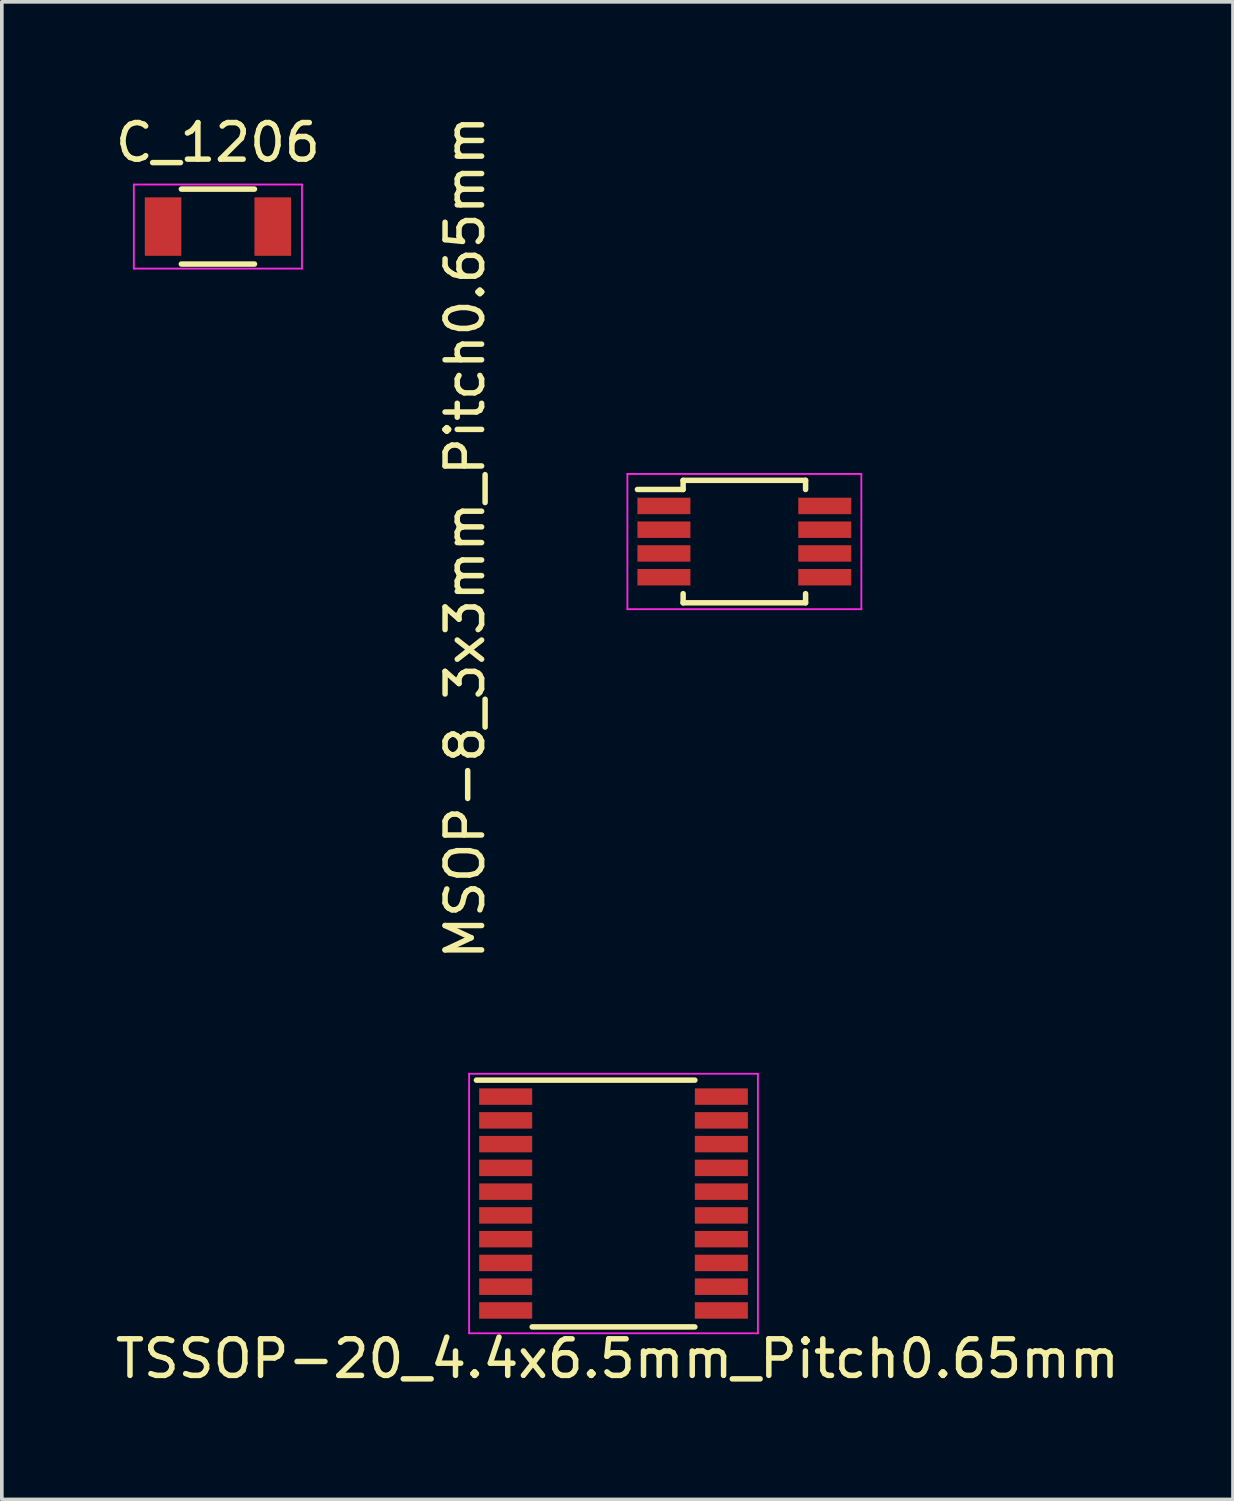
<source format=kicad_pcb>
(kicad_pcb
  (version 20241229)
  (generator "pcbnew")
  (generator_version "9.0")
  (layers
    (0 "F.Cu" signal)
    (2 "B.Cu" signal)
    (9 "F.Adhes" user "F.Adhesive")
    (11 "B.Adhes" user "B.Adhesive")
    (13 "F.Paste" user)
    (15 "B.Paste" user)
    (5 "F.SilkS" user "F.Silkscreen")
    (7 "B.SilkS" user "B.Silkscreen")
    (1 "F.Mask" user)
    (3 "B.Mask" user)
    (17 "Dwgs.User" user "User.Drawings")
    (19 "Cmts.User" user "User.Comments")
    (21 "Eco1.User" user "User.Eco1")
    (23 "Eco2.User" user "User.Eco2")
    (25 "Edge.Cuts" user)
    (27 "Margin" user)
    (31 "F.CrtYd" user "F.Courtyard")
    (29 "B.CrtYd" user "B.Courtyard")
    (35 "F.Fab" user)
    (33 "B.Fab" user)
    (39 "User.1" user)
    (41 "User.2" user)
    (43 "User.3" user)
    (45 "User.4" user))
  (footprint "MSOP-8_3x3mm_Pitch0.65mm"
    (layer "F.Cu")
    (at 17.312 11.765)
    (property "Reference" "MSOP-8_3x3mm_Pitch0.65mm" (at -7.642 -0.116 270) (layer "F.SilkS") (effects (font (size 1 1) (thickness 0.15))))
    (attr smd)
    (fp_line (start -1.675 -1.675) (end -1.675 -1.425) (stroke (width 0.15) (type solid)) (layer "F.SilkS"))
    (fp_line (start -1.675 -1.675) (end 1.675 -1.675) (stroke (width 0.15) (type solid)) (layer "F.SilkS"))
    (fp_line (start -1.675 -1.425) (end -2.925 -1.425) (stroke (width 0.15) (type solid)) (layer "F.SilkS"))
    (fp_line (start -1.675 1.675) (end -1.675 1.425) (stroke (width 0.15) (type solid)) (layer "F.SilkS"))
    (fp_line (start -1.675 1.675) (end 1.675 1.675) (stroke (width 0.15) (type solid)) (layer "F.SilkS"))
    (fp_line (start 1.675 -1.675) (end 1.675 -1.425) (stroke (width 0.15) (type solid)) (layer "F.SilkS"))
    (fp_line (start 1.675 1.675) (end 1.675 1.425) (stroke (width 0.15) (type solid)) (layer "F.SilkS"))
    (fp_line (start -3.2 -1.85) (end -3.2 1.85) (stroke (width 0.05) (type solid)) (layer "F.CrtYd"))
    (fp_line (start -3.2 -1.85) (end 3.2 -1.85) (stroke (width 0.05) (type solid)) (layer "F.CrtYd"))
    (fp_line (start -3.2 1.85) (end 3.2 1.85) (stroke (width 0.05) (type solid)) (layer "F.CrtYd"))
    (fp_line (start 3.2 -1.85) (end 3.2 1.85) (stroke (width 0.05) (type solid)) (layer "F.CrtYd"))
    (pad "1" smd rect (at -2.2 -0.975) (size 1.45 0.45) (layers "F.Cu" "F.Mask" "F.Paste"))
    (pad "2" smd rect (at -2.2 -0.325) (size 1.45 0.45) (layers "F.Cu" "F.Mask" "F.Paste"))
    (pad "3" smd rect (at -2.2 0.325) (size 1.45 0.45) (layers "F.Cu" "F.Mask" "F.Paste"))
    (pad "4" smd rect (at -2.2 0.975) (size 1.45 0.45) (layers "F.Cu" "F.Mask" "F.Paste"))
    (pad "5" smd rect (at 2.2 0.975) (size 1.45 0.45) (layers "F.Cu" "F.Mask" "F.Paste"))
    (pad "6" smd rect (at 2.2 0.325) (size 1.45 0.45) (layers "F.Cu" "F.Mask" "F.Paste"))
    (pad "7" smd rect (at 2.2 -0.325) (size 1.45 0.45) (layers "F.Cu" "F.Mask" "F.Paste"))
    (pad "8" smd rect (at 2.2 -0.975) (size 1.45 0.45) (layers "F.Cu" "F.Mask" "F.Paste")))
  (footprint "C_1206"
    (layer "F.Cu")
    (at 2.911 3.148)
    (property "Reference" "C_1206" (at 0 -2.3 0) (layer "F.SilkS") (effects (font (size 1 1) (thickness 0.15))))
    (attr smd)
    (fp_line (start -1 1.025) (end 1 1.025) (stroke (width 0.15) (type solid)) (layer "F.SilkS"))
    (fp_line (start 1 -1.025) (end -1 -1.025) (stroke (width 0.15) (type solid)) (layer "F.SilkS"))
    (fp_line (start -2.3 -1.15) (end -2.3 1.15) (stroke (width 0.05) (type solid)) (layer "F.CrtYd"))
    (fp_line (start -2.3 -1.15) (end 2.3 -1.15) (stroke (width 0.05) (type solid)) (layer "F.CrtYd"))
    (fp_line (start -2.3 1.15) (end 2.3 1.15) (stroke (width 0.05) (type solid)) (layer "F.CrtYd"))
    (fp_line (start 2.3 -1.15) (end 2.3 1.15) (stroke (width 0.05) (type solid)) (layer "F.CrtYd"))
    (pad "1" smd rect (at -1.5 0) (size 1 1.6) (layers "F.Cu" "F.Mask" "F.Paste"))
    (pad "2" smd rect (at 1.5 0) (size 1 1.6) (layers "F.Cu" "F.Mask" "F.Paste")))
  (footprint "TSSOP-20_4.4x6.5mm_Pitch0.65mm"
    (layer "F.Cu")
    (at 13.733 29.873)
    (property "Reference" "TSSOP-20_4.4x6.5mm_Pitch0.65mm" (at 0.106 4.246 0) (layer "F.SilkS") (effects (font (size 1 1) (thickness 0.15))))
    (attr smd)
    (fp_line (start -3.75 -3.375) (end 2.225 -3.375) (stroke (width 0.15) (type solid)) (layer "F.SilkS"))
    (fp_line (start -2.225 3.375) (end 2.225 3.375) (stroke (width 0.15) (type solid)) (layer "F.SilkS"))
    (fp_line (start -3.95 -3.55) (end -3.95 3.55) (stroke (width 0.05) (type solid)) (layer "F.CrtYd"))
    (fp_line (start -3.95 -3.55) (end 3.95 -3.55) (stroke (width 0.05) (type solid)) (layer "F.CrtYd"))
    (fp_line (start -3.95 3.55) (end 3.95 3.55) (stroke (width 0.05) (type solid)) (layer "F.CrtYd"))
    (fp_line (start 3.95 -3.55) (end 3.95 3.55) (stroke (width 0.05) (type solid)) (layer "F.CrtYd"))
    (pad "1" smd rect (at -2.95 -2.925) (size 1.45 0.45) (layers "F.Cu" "F.Mask" "F.Paste"))
    (pad "2" smd rect (at -2.95 -2.275) (size 1.45 0.45) (layers "F.Cu" "F.Mask" "F.Paste"))
    (pad "3" smd rect (at -2.95 -1.625) (size 1.45 0.45) (layers "F.Cu" "F.Mask" "F.Paste"))
    (pad "4" smd rect (at -2.95 -0.975) (size 1.45 0.45) (layers "F.Cu" "F.Mask" "F.Paste"))
    (pad "5" smd rect (at -2.95 -0.325) (size 1.45 0.45) (layers "F.Cu" "F.Mask" "F.Paste"))
    (pad "6" smd rect (at -2.95 0.325) (size 1.45 0.45) (layers "F.Cu" "F.Mask" "F.Paste"))
    (pad "7" smd rect (at -2.95 0.975) (size 1.45 0.45) (layers "F.Cu" "F.Mask" "F.Paste"))
    (pad "8" smd rect (at -2.95 1.625) (size 1.45 0.45) (layers "F.Cu" "F.Mask" "F.Paste"))
    (pad "9" smd rect (at -2.95 2.275) (size 1.45 0.45) (layers "F.Cu" "F.Mask" "F.Paste"))
    (pad "10" smd rect (at -2.95 2.925) (size 1.45 0.45) (layers "F.Cu" "F.Mask" "F.Paste"))
    (pad "11" smd rect (at 2.95 2.925) (size 1.45 0.45) (layers "F.Cu" "F.Mask" "F.Paste"))
    (pad "12" smd rect (at 2.95 2.275) (size 1.45 0.45) (layers "F.Cu" "F.Mask" "F.Paste"))
    (pad "13" smd rect (at 2.95 1.625) (size 1.45 0.45) (layers "F.Cu" "F.Mask" "F.Paste"))
    (pad "14" smd rect (at 2.95 0.975) (size 1.45 0.45) (layers "F.Cu" "F.Mask" "F.Paste"))
    (pad "15" smd rect (at 2.95 0.325) (size 1.45 0.45) (layers "F.Cu" "F.Mask" "F.Paste"))
    (pad "16" smd rect (at 2.95 -0.325) (size 1.45 0.45) (layers "F.Cu" "F.Mask" "F.Paste"))
    (pad "17" smd rect (at 2.95 -0.975) (size 1.45 0.45) (layers "F.Cu" "F.Mask" "F.Paste"))
    (pad "18" smd rect (at 2.95 -1.625) (size 1.45 0.45) (layers "F.Cu" "F.Mask" "F.Paste"))
    (pad "19" smd rect (at 2.95 -2.275) (size 1.45 0.45) (layers "F.Cu" "F.Mask" "F.Paste"))
    (pad "20" smd rect (at 2.95 -2.925) (size 1.45 0.45) (layers "F.Cu" "F.Mask" "F.Paste")))
  (gr_rect
    (start -3 -3)
    (end 30.679 37.967)
    (stroke (width 0.1) (type default))
    (fill no)
    (layer "Edge.Cuts")))
</source>
